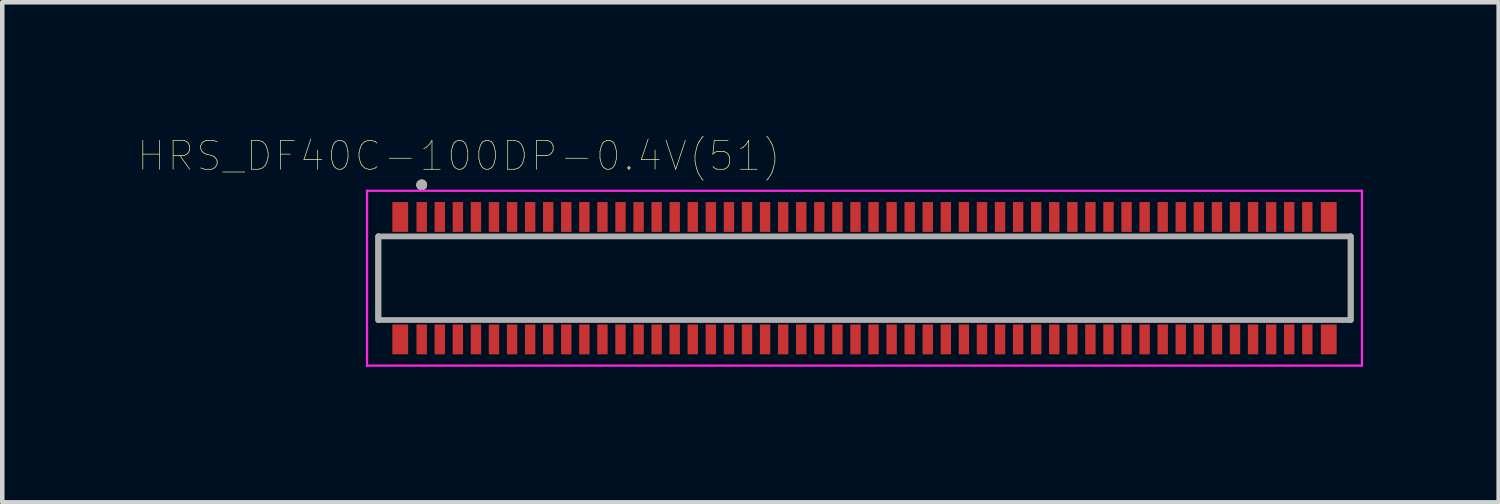
<source format=kicad_pcb>
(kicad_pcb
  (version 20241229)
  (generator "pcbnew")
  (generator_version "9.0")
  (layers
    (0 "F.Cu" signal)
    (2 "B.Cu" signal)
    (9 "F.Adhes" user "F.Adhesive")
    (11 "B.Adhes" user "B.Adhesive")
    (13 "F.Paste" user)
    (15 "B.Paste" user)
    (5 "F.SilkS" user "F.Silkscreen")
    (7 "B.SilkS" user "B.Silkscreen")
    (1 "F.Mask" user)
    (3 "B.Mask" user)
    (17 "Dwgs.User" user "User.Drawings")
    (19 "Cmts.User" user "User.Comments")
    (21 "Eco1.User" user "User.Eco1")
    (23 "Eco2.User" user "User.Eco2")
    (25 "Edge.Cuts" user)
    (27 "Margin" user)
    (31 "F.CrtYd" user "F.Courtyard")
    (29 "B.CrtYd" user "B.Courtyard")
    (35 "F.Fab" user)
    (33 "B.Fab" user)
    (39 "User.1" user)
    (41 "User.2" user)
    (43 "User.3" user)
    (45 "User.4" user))
  (footprint "HRS_DF40C-100DP-0.4V(51)"
    (layer "F.Cu")
    (at 16.083 3.107)
    (property "Reference" "HRS_DF40C-100DP-0.4V(51)" (at -8.978 -2.706 0) (layer "F.SilkS") (effects (font (size 0.64 0.64) (thickness 0.015))))
    (attr through_hole)
    (fp_line (start -10.76 0.925) (end -10.76 -0.925) (stroke (width 0.127) (type solid)) (layer "F.SilkS"))
    (fp_line (start 10.76 -0.925) (end 10.76 0.925) (stroke (width 0.127) (type solid)) (layer "F.SilkS"))
    (fp_circle (center -9.8 -2.065) (end -9.74 -2.065) (stroke (width 0.12) (type solid)) (fill no) (layer "F.SilkS"))
    (fp_line (start -11.01 -1.935) (end 11.01 -1.935) (stroke (width 0.05) (type solid)) (layer "F.CrtYd"))
    (fp_line (start -11.01 1.935) (end -11.01 -1.935) (stroke (width 0.05) (type solid)) (layer "F.CrtYd"))
    (fp_line (start 11.01 -1.935) (end 11.01 1.935) (stroke (width 0.05) (type solid)) (layer "F.CrtYd"))
    (fp_line (start 11.01 1.935) (end -11.01 1.935) (stroke (width 0.05) (type solid)) (layer "F.CrtYd"))
    (fp_line (start -10.76 -0.925) (end 10.76 -0.925) (stroke (width 0.127) (type solid)) (layer "F.Fab"))
    (fp_line (start -10.76 0.925) (end -10.76 -0.925) (stroke (width 0.127) (type solid)) (layer "F.Fab"))
    (fp_line (start 10.76 -0.925) (end 10.76 0.925) (stroke (width 0.127) (type solid)) (layer "F.Fab"))
    (fp_line (start 10.76 0.925) (end -10.76 0.925) (stroke (width 0.127) (type solid)) (layer "F.Fab"))
    (fp_circle (center -9.8 -2.065) (end -9.74 -2.065) (stroke (width 0.12) (type solid)) (fill no) (layer "F.Fab"))
    (pad "1" smd rect (at -9.8 -1.355) (size 0.23 0.66) (layers "F.Cu" "F.Mask" "F.Paste"))
    (pad "2" smd rect (at -9.8 1.355) (size 0.23 0.66) (layers "F.Cu" "F.Mask" "F.Paste"))
    (pad "3" smd rect (at -9.4 -1.355) (size 0.23 0.66) (layers "F.Cu" "F.Mask" "F.Paste"))
    (pad "4" smd rect (at -9.4 1.355) (size 0.23 0.66) (layers "F.Cu" "F.Mask" "F.Paste"))
    (pad "5" smd rect (at -9 -1.355) (size 0.23 0.66) (layers "F.Cu" "F.Mask" "F.Paste"))
    (pad "6" smd rect (at -9 1.355) (size 0.23 0.66) (layers "F.Cu" "F.Mask" "F.Paste"))
    (pad "7" smd rect (at -8.6 -1.355) (size 0.23 0.66) (layers "F.Cu" "F.Mask" "F.Paste"))
    (pad "8" smd rect (at -8.6 1.355) (size 0.23 0.66) (layers "F.Cu" "F.Mask" "F.Paste"))
    (pad "9" smd rect (at -8.2 -1.355) (size 0.23 0.66) (layers "F.Cu" "F.Mask" "F.Paste"))
    (pad "10" smd rect (at -8.2 1.355) (size 0.23 0.66) (layers "F.Cu" "F.Mask" "F.Paste"))
    (pad "11" smd rect (at -7.8 -1.355) (size 0.23 0.66) (layers "F.Cu" "F.Mask" "F.Paste"))
    (pad "12" smd rect (at -7.8 1.355) (size 0.23 0.66) (layers "F.Cu" "F.Mask" "F.Paste"))
    (pad "13" smd rect (at -7.4 -1.355) (size 0.23 0.66) (layers "F.Cu" "F.Mask" "F.Paste"))
    (pad "14" smd rect (at -7.4 1.355) (size 0.23 0.66) (layers "F.Cu" "F.Mask" "F.Paste"))
    (pad "15" smd rect (at -7 -1.355) (size 0.23 0.66) (layers "F.Cu" "F.Mask" "F.Paste"))
    (pad "16" smd rect (at -7 1.355) (size 0.23 0.66) (layers "F.Cu" "F.Mask" "F.Paste"))
    (pad "17" smd rect (at -6.6 -1.355) (size 0.23 0.66) (layers "F.Cu" "F.Mask" "F.Paste"))
    (pad "18" smd rect (at -6.6 1.355) (size 0.23 0.66) (layers "F.Cu" "F.Mask" "F.Paste"))
    (pad "19" smd rect (at -6.2 -1.355) (size 0.23 0.66) (layers "F.Cu" "F.Mask" "F.Paste"))
    (pad "20" smd rect (at -6.2 1.355) (size 0.23 0.66) (layers "F.Cu" "F.Mask" "F.Paste"))
    (pad "21" smd rect (at -5.8 -1.355) (size 0.23 0.66) (layers "F.Cu" "F.Mask" "F.Paste"))
    (pad "22" smd rect (at -5.8 1.355) (size 0.23 0.66) (layers "F.Cu" "F.Mask" "F.Paste"))
    (pad "23" smd rect (at -5.4 -1.355) (size 0.23 0.66) (layers "F.Cu" "F.Mask" "F.Paste"))
    (pad "24" smd rect (at -5.4 1.355) (size 0.23 0.66) (layers "F.Cu" "F.Mask" "F.Paste"))
    (pad "25" smd rect (at -5 -1.355) (size 0.23 0.66) (layers "F.Cu" "F.Mask" "F.Paste"))
    (pad "26" smd rect (at -5 1.355) (size 0.23 0.66) (layers "F.Cu" "F.Mask" "F.Paste"))
    (pad "27" smd rect (at -4.6 -1.355) (size 0.23 0.66) (layers "F.Cu" "F.Mask" "F.Paste"))
    (pad "28" smd rect (at -4.6 1.355) (size 0.23 0.66) (layers "F.Cu" "F.Mask" "F.Paste"))
    (pad "29" smd rect (at -4.2 -1.355) (size 0.23 0.66) (layers "F.Cu" "F.Mask" "F.Paste"))
    (pad "30" smd rect (at -4.2 1.355) (size 0.23 0.66) (layers "F.Cu" "F.Mask" "F.Paste"))
    (pad "31" smd rect (at -3.8 -1.355) (size 0.23 0.66) (layers "F.Cu" "F.Mask" "F.Paste"))
    (pad "32" smd rect (at -3.8 1.355) (size 0.23 0.66) (layers "F.Cu" "F.Mask" "F.Paste"))
    (pad "33" smd rect (at -3.4 -1.355) (size 0.23 0.66) (layers "F.Cu" "F.Mask" "F.Paste"))
    (pad "34" smd rect (at -3.4 1.355) (size 0.23 0.66) (layers "F.Cu" "F.Mask" "F.Paste"))
    (pad "35" smd rect (at -3 -1.355) (size 0.23 0.66) (layers "F.Cu" "F.Mask" "F.Paste"))
    (pad "36" smd rect (at -3 1.355) (size 0.23 0.66) (layers "F.Cu" "F.Mask" "F.Paste"))
    (pad "37" smd rect (at -2.6 -1.355) (size 0.23 0.66) (layers "F.Cu" "F.Mask" "F.Paste"))
    (pad "38" smd rect (at -2.6 1.355) (size 0.23 0.66) (layers "F.Cu" "F.Mask" "F.Paste"))
    (pad "39" smd rect (at -2.2 -1.355) (size 0.23 0.66) (layers "F.Cu" "F.Mask" "F.Paste"))
    (pad "40" smd rect (at -2.2 1.355) (size 0.23 0.66) (layers "F.Cu" "F.Mask" "F.Paste"))
    (pad "41" smd rect (at -1.8 -1.355) (size 0.23 0.66) (layers "F.Cu" "F.Mask" "F.Paste"))
    (pad "42" smd rect (at -1.8 1.355) (size 0.23 0.66) (layers "F.Cu" "F.Mask" "F.Paste"))
    (pad "43" smd rect (at -1.4 -1.355) (size 0.23 0.66) (layers "F.Cu" "F.Mask" "F.Paste"))
    (pad "44" smd rect (at -1.4 1.355) (size 0.23 0.66) (layers "F.Cu" "F.Mask" "F.Paste"))
    (pad "45" smd rect (at -1 -1.355) (size 0.23 0.66) (layers "F.Cu" "F.Mask" "F.Paste"))
    (pad "46" smd rect (at -1 1.355) (size 0.23 0.66) (layers "F.Cu" "F.Mask" "F.Paste"))
    (pad "47" smd rect (at -0.6 -1.355) (size 0.23 0.66) (layers "F.Cu" "F.Mask" "F.Paste"))
    (pad "48" smd rect (at -0.6 1.355) (size 0.23 0.66) (layers "F.Cu" "F.Mask" "F.Paste"))
    (pad "49" smd rect (at -0.2 -1.355) (size 0.23 0.66) (layers "F.Cu" "F.Mask" "F.Paste"))
    (pad "50" smd rect (at -0.2 1.355) (size 0.23 0.66) (layers "F.Cu" "F.Mask" "F.Paste"))
    (pad "51" smd rect (at 0.2 -1.355) (size 0.23 0.66) (layers "F.Cu" "F.Mask" "F.Paste"))
    (pad "52" smd rect (at 0.2 1.355) (size 0.23 0.66) (layers "F.Cu" "F.Mask" "F.Paste"))
    (pad "53" smd rect (at 0.6 -1.355) (size 0.23 0.66) (layers "F.Cu" "F.Mask" "F.Paste"))
    (pad "54" smd rect (at 0.6 1.355) (size 0.23 0.66) (layers "F.Cu" "F.Mask" "F.Paste"))
    (pad "55" smd rect (at 1 -1.355) (size 0.23 0.66) (layers "F.Cu" "F.Mask" "F.Paste"))
    (pad "56" smd rect (at 1 1.355) (size 0.23 0.66) (layers "F.Cu" "F.Mask" "F.Paste"))
    (pad "57" smd rect (at 1.4 -1.355) (size 0.23 0.66) (layers "F.Cu" "F.Mask" "F.Paste"))
    (pad "58" smd rect (at 1.4 1.355) (size 0.23 0.66) (layers "F.Cu" "F.Mask" "F.Paste"))
    (pad "59" smd rect (at 1.8 -1.355) (size 0.23 0.66) (layers "F.Cu" "F.Mask" "F.Paste"))
    (pad "60" smd rect (at 1.8 1.355) (size 0.23 0.66) (layers "F.Cu" "F.Mask" "F.Paste"))
    (pad "61" smd rect (at 2.2 -1.355) (size 0.23 0.66) (layers "F.Cu" "F.Mask" "F.Paste"))
    (pad "62" smd rect (at 2.2 1.355) (size 0.23 0.66) (layers "F.Cu" "F.Mask" "F.Paste"))
    (pad "63" smd rect (at 2.6 -1.355) (size 0.23 0.66) (layers "F.Cu" "F.Mask" "F.Paste"))
    (pad "64" smd rect (at 2.6 1.355) (size 0.23 0.66) (layers "F.Cu" "F.Mask" "F.Paste"))
    (pad "65" smd rect (at 3 -1.355) (size 0.23 0.66) (layers "F.Cu" "F.Mask" "F.Paste"))
    (pad "66" smd rect (at 3 1.355) (size 0.23 0.66) (layers "F.Cu" "F.Mask" "F.Paste"))
    (pad "67" smd rect (at 3.4 -1.355) (size 0.23 0.66) (layers "F.Cu" "F.Mask" "F.Paste"))
    (pad "68" smd rect (at 3.4 1.355) (size 0.23 0.66) (layers "F.Cu" "F.Mask" "F.Paste"))
    (pad "69" smd rect (at 3.8 -1.355) (size 0.23 0.66) (layers "F.Cu" "F.Mask" "F.Paste"))
    (pad "70" smd rect (at 3.8 1.355) (size 0.23 0.66) (layers "F.Cu" "F.Mask" "F.Paste"))
    (pad "71" smd rect (at 4.2 -1.355) (size 0.23 0.66) (layers "F.Cu" "F.Mask" "F.Paste"))
    (pad "72" smd rect (at 4.2 1.355) (size 0.23 0.66) (layers "F.Cu" "F.Mask" "F.Paste"))
    (pad "73" smd rect (at 4.6 -1.355) (size 0.23 0.66) (layers "F.Cu" "F.Mask" "F.Paste"))
    (pad "74" smd rect (at 4.6 1.355) (size 0.23 0.66) (layers "F.Cu" "F.Mask" "F.Paste"))
    (pad "75" smd rect (at 5 -1.355) (size 0.23 0.66) (layers "F.Cu" "F.Mask" "F.Paste"))
    (pad "76" smd rect (at 5 1.355) (size 0.23 0.66) (layers "F.Cu" "F.Mask" "F.Paste"))
    (pad "77" smd rect (at 5.4 -1.355) (size 0.23 0.66) (layers "F.Cu" "F.Mask" "F.Paste"))
    (pad "78" smd rect (at 5.4 1.355) (size 0.23 0.66) (layers "F.Cu" "F.Mask" "F.Paste"))
    (pad "79" smd rect (at 5.8 -1.355) (size 0.23 0.66) (layers "F.Cu" "F.Mask" "F.Paste"))
    (pad "80" smd rect (at 5.8 1.355) (size 0.23 0.66) (layers "F.Cu" "F.Mask" "F.Paste"))
    (pad "81" smd rect (at 6.2 -1.355) (size 0.23 0.66) (layers "F.Cu" "F.Mask" "F.Paste"))
    (pad "82" smd rect (at 6.2 1.355) (size 0.23 0.66) (layers "F.Cu" "F.Mask" "F.Paste"))
    (pad "83" smd rect (at 6.6 -1.355) (size 0.23 0.66) (layers "F.Cu" "F.Mask" "F.Paste"))
    (pad "84" smd rect (at 6.6 1.355) (size 0.23 0.66) (layers "F.Cu" "F.Mask" "F.Paste"))
    (pad "85" smd rect (at 7 -1.355) (size 0.23 0.66) (layers "F.Cu" "F.Mask" "F.Paste"))
    (pad "86" smd rect (at 7 1.355) (size 0.23 0.66) (layers "F.Cu" "F.Mask" "F.Paste"))
    (pad "87" smd rect (at 7.4 -1.355) (size 0.23 0.66) (layers "F.Cu" "F.Mask" "F.Paste"))
    (pad "88" smd rect (at 7.4 1.355) (size 0.23 0.66) (layers "F.Cu" "F.Mask" "F.Paste"))
    (pad "89" smd rect (at 7.8 -1.355) (size 0.23 0.66) (layers "F.Cu" "F.Mask" "F.Paste"))
    (pad "90" smd rect (at 7.8 1.355) (size 0.23 0.66) (layers "F.Cu" "F.Mask" "F.Paste"))
    (pad "91" smd rect (at 8.2 -1.355) (size 0.23 0.66) (layers "F.Cu" "F.Mask" "F.Paste"))
    (pad "92" smd rect (at 8.2 1.355) (size 0.23 0.66) (layers "F.Cu" "F.Mask" "F.Paste"))
    (pad "93" smd rect (at 8.6 -1.355) (size 0.23 0.66) (layers "F.Cu" "F.Mask" "F.Paste"))
    (pad "94" smd rect (at 8.6 1.355) (size 0.23 0.66) (layers "F.Cu" "F.Mask" "F.Paste"))
    (pad "95" smd rect (at 9 -1.355) (size 0.23 0.66) (layers "F.Cu" "F.Mask" "F.Paste"))
    (pad "96" smd rect (at 9 1.355) (size 0.23 0.66) (layers "F.Cu" "F.Mask" "F.Paste"))
    (pad "97" smd rect (at 9.4 -1.355) (size 0.23 0.66) (layers "F.Cu" "F.Mask" "F.Paste"))
    (pad "98" smd rect (at 9.4 1.355) (size 0.23 0.66) (layers "F.Cu" "F.Mask" "F.Paste"))
    (pad "99" smd rect (at 9.8 -1.355) (size 0.23 0.66) (layers "F.Cu" "F.Mask" "F.Paste"))
    (pad "100" smd rect (at 9.8 1.355) (size 0.23 0.66) (layers "F.Cu" "F.Mask" "F.Paste"))
    (pad "S1" smd rect (at -10.275 -1.355) (size 0.35 0.66) (layers "F.Cu" "F.Mask" "F.Paste"))
    (pad "S2" smd rect (at -10.275 1.355) (size 0.35 0.66) (layers "F.Cu" "F.Mask" "F.Paste"))
    (pad "S3" smd rect (at 10.275 -1.355) (size 0.35 0.66) (layers "F.Cu" "F.Mask" "F.Paste"))
    (pad "S4" smd rect (at 10.275 1.355) (size 0.35 0.66) (layers "F.Cu" "F.Mask" "F.Paste")))
  (gr_rect
    (start -3 -3)
    (end 30.118 8.067)
    (stroke (width 0.1) (type default))
    (fill no)
    (layer "Edge.Cuts")))
</source>
